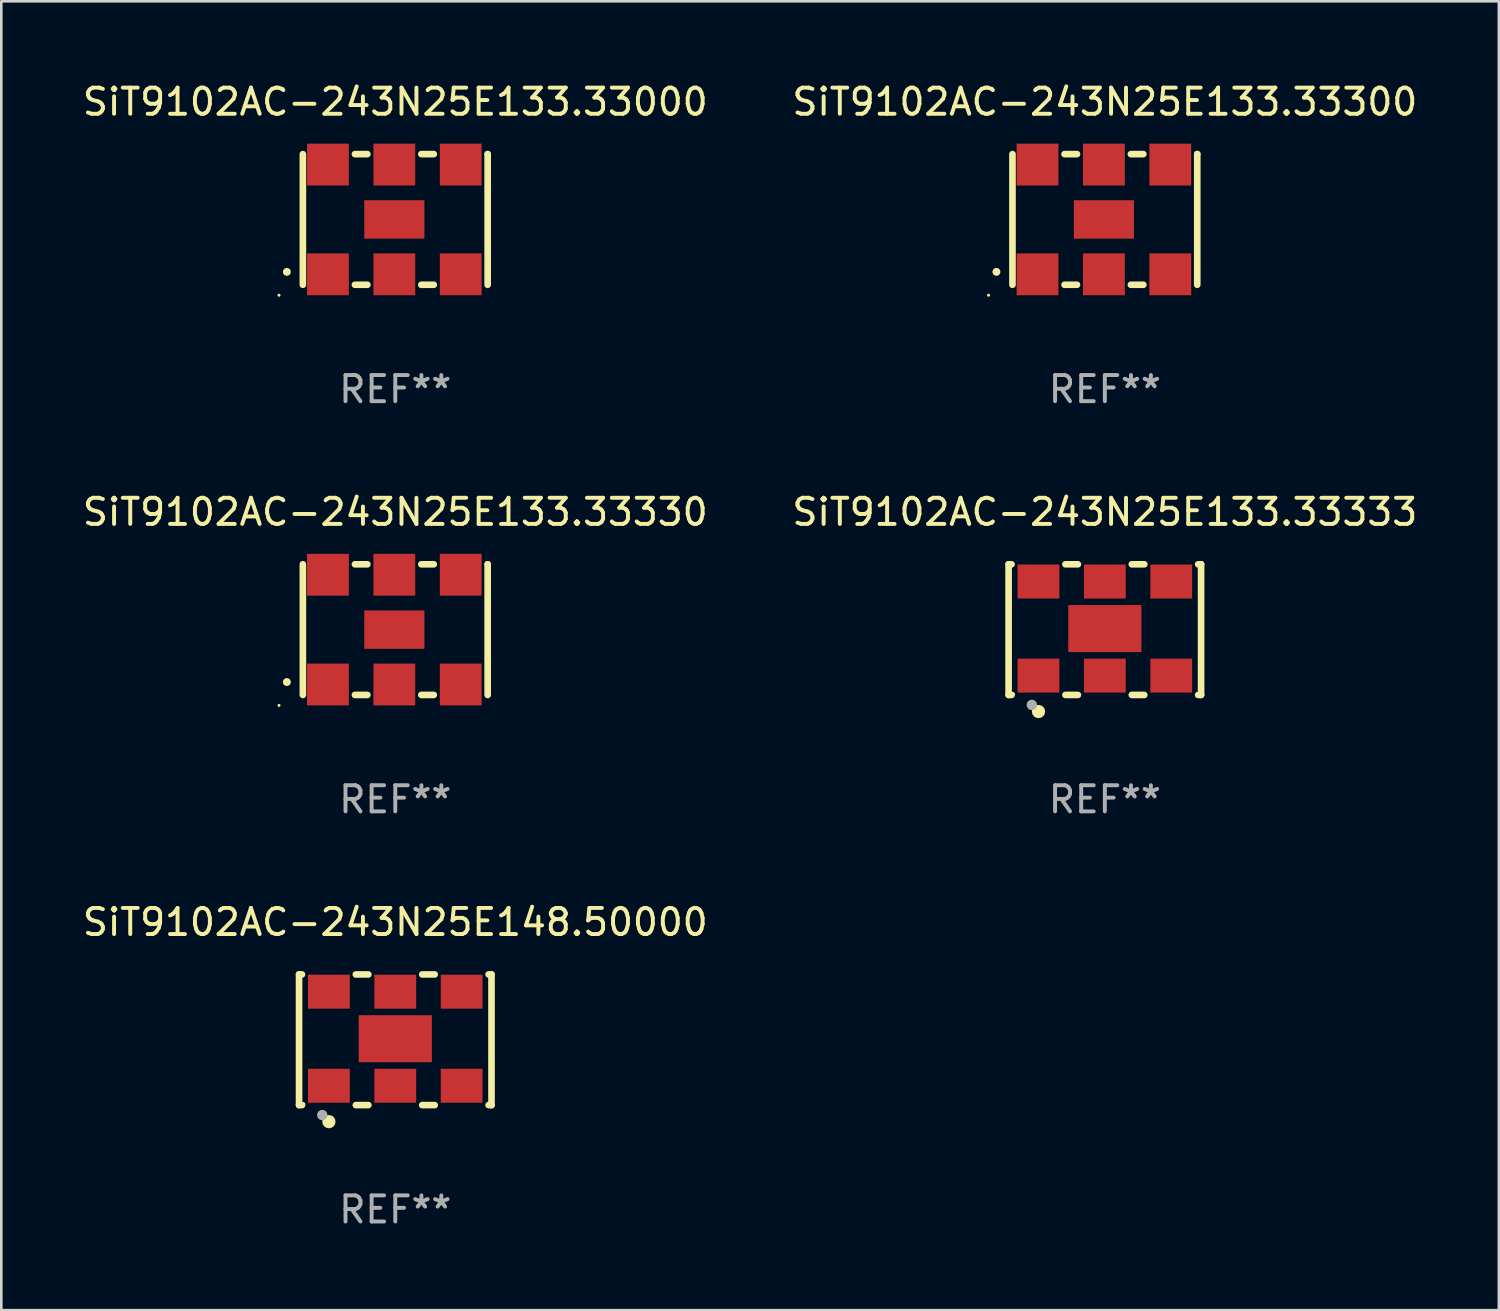
<source format=kicad_pcb>
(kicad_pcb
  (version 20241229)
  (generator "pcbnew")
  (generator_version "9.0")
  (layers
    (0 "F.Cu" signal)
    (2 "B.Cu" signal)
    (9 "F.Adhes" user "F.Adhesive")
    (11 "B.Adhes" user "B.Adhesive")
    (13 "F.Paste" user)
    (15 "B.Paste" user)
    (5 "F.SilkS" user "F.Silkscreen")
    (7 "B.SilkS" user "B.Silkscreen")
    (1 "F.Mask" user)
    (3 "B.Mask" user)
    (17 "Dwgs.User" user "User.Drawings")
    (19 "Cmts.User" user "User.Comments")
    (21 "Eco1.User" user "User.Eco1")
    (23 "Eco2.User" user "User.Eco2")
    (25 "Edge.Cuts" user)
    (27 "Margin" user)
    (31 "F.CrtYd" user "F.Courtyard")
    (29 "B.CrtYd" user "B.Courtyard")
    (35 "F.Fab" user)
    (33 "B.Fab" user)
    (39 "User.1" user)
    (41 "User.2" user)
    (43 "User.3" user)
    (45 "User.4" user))
  (footprint "SiT9102AC-243N25E133.33330"
    (layer "F.Cu")
    (at 12.077 21.045)
    (property "Reference" "SiT9102AC-243N25E133.33330" (at 0 -4.5 0) (layer "F.SilkS") (effects (font (size 1 1) (thickness 0.15))))
    (attr through_hole)
    (fp_line (start -3.536 -2.5) (end -3.536 2.5) (stroke (width 0.254) (type solid)) (layer "F.SilkS"))
    (fp_line (start -1.544 2.5) (end -1.067 2.5) (stroke (width 0.254) (type solid)) (layer "F.SilkS"))
    (fp_line (start -1.067 -2.5) (end -1.544 -2.5) (stroke (width 0.254) (type solid)) (layer "F.SilkS"))
    (fp_line (start 0.996 2.5) (end 1.473 2.5) (stroke (width 0.254) (type solid)) (layer "F.SilkS"))
    (fp_line (start 1.473 -2.5) (end 0.996 -2.5) (stroke (width 0.254) (type solid)) (layer "F.SilkS"))
    (fp_line (start 3.536 -2.5) (end 3.536 -2.5) (stroke (width 0.254) (type solid)) (layer "F.SilkS"))
    (fp_line (start 3.536 2.5) (end 3.536 -2.5) (stroke (width 0.254) (type solid)) (layer "F.SilkS"))
    (fp_arc (start -4.150432 2.006604) (mid -4.149162 2.006599) (end -4.147892 2.006604) (stroke (width 0.3) (type solid)) (layer "F.SilkS"))
    (fp_circle (center -4.449 2.9) (end -4.419 2.9) (stroke (width 0.06) (type solid)) (fill no) (layer "F.SilkS"))
    (fp_text user "REF**" (at 0 6.5 0) (layer "F.Fab") (effects (font (size 1 1) (thickness 0.15))))
    (pad "1" smd rect (at -2.576 2.1) (size 1.6 1.6) (layers "F.Cu" "F.Mask" "F.Paste"))
    (pad "2" smd rect (at -0.036 2.1) (size 1.6 1.6) (layers "F.Cu" "F.Mask" "F.Paste"))
    (pad "3" smd rect (at 2.504 2.1) (size 1.6 1.6) (layers "F.Cu" "F.Mask" "F.Paste"))
    (pad "4" smd rect (at 2.504 -2.1) (size 1.6 1.6) (layers "F.Cu" "F.Mask" "F.Paste"))
    (pad "5" smd rect (at -0.036 -2.1) (size 1.6 1.6) (layers "F.Cu" "F.Mask" "F.Paste"))
    (pad "6" smd rect (at -2.576 -2.1) (size 1.6 1.6) (layers "F.Cu" "F.Mask" "F.Paste"))
    (pad "7" smd rect (at -0.036 0) (size 2.3 1.47) (layers "F.Cu" "F.Mask" "F.Paste")))
  (footprint "SiT9102AC-243N25E133.33000"
    (layer "F.Cu")
    (at 12.077 5.348)
    (property "Reference" "SiT9102AC-243N25E133.33000" (at 0 -4.5 0) (layer "F.SilkS") (effects (font (size 1 1) (thickness 0.15))))
    (attr through_hole)
    (fp_line (start -3.536 -2.5) (end -3.536 2.5) (stroke (width 0.254) (type solid)) (layer "F.SilkS"))
    (fp_line (start -1.544 2.5) (end -1.067 2.5) (stroke (width 0.254) (type solid)) (layer "F.SilkS"))
    (fp_line (start -1.067 -2.5) (end -1.544 -2.5) (stroke (width 0.254) (type solid)) (layer "F.SilkS"))
    (fp_line (start 0.996 2.5) (end 1.473 2.5) (stroke (width 0.254) (type solid)) (layer "F.SilkS"))
    (fp_line (start 1.473 -2.5) (end 0.996 -2.5) (stroke (width 0.254) (type solid)) (layer "F.SilkS"))
    (fp_line (start 3.536 -2.5) (end 3.536 -2.5) (stroke (width 0.254) (type solid)) (layer "F.SilkS"))
    (fp_line (start 3.536 2.5) (end 3.536 -2.5) (stroke (width 0.254) (type solid)) (layer "F.SilkS"))
    (fp_arc (start -4.150432 2.006604) (mid -4.149162 2.006599) (end -4.147892 2.006604) (stroke (width 0.3) (type solid)) (layer "F.SilkS"))
    (fp_circle (center -4.449 2.9) (end -4.419 2.9) (stroke (width 0.06) (type solid)) (fill no) (layer "F.SilkS"))
    (fp_text user "REF**" (at 0 6.5 0) (layer "F.Fab") (effects (font (size 1 1) (thickness 0.15))))
    (pad "1" smd rect (at -2.576 2.1) (size 1.6 1.6) (layers "F.Cu" "F.Mask" "F.Paste"))
    (pad "2" smd rect (at -0.036 2.1) (size 1.6 1.6) (layers "F.Cu" "F.Mask" "F.Paste"))
    (pad "3" smd rect (at 2.504 2.1) (size 1.6 1.6) (layers "F.Cu" "F.Mask" "F.Paste"))
    (pad "4" smd rect (at 2.504 -2.1) (size 1.6 1.6) (layers "F.Cu" "F.Mask" "F.Paste"))
    (pad "5" smd rect (at -0.036 -2.1) (size 1.6 1.6) (layers "F.Cu" "F.Mask" "F.Paste"))
    (pad "6" smd rect (at -2.576 -2.1) (size 1.6 1.6) (layers "F.Cu" "F.Mask" "F.Paste"))
    (pad "7" smd rect (at -0.036 0) (size 2.3 1.47) (layers "F.Cu" "F.Mask" "F.Paste")))
  (footprint "SiT9102AC-243N25E148.50000"
    (layer "F.Cu")
    (at 12.077 36.741)
    (property "Reference" "SiT9102AC-243N25E148.50000" (at 0 -4.5 0) (layer "F.SilkS") (effects (font (size 1 1) (thickness 0.15))))
    (attr through_hole)
    (fp_line (start -3.683 -2.5) (end -3.571 -2.5) (stroke (width 0.254) (type solid)) (layer "F.SilkS"))
    (fp_line (start -3.683 2.5) (end -3.683 -2.5) (stroke (width 0.254) (type solid)) (layer "F.SilkS"))
    (fp_line (start -3.683 2.5) (end -3.571 2.5) (stroke (width 0.254) (type solid)) (layer "F.SilkS"))
    (fp_line (start -1.509 -2.5) (end -1.031 -2.5) (stroke (width 0.254) (type solid)) (layer "F.SilkS"))
    (fp_line (start -1.509 2.5) (end -1.031 2.5) (stroke (width 0.254) (type solid)) (layer "F.SilkS"))
    (fp_line (start 1.031 -2.5) (end 1.509 -2.5) (stroke (width 0.254) (type solid)) (layer "F.SilkS"))
    (fp_line (start 1.031 2.5) (end 1.509 2.5) (stroke (width 0.254) (type solid)) (layer "F.SilkS"))
    (fp_line (start 3.571 -2.5) (end 3.683 -2.5) (stroke (width 0.254) (type solid)) (layer "F.SilkS"))
    (fp_line (start 3.571 2.5) (end 3.683 2.5) (stroke (width 0.254) (type solid)) (layer "F.SilkS"))
    (fp_line (start 3.683 2.5) (end 3.683 -2.5) (stroke (width 0.254) (type solid)) (layer "F.SilkS"))
    (fp_circle (center -3.5 2.46) (end -3.47 2.46) (stroke (width 0.06) (type solid)) (fill no) (layer "F.SilkS"))
    (fp_circle (center -2.54 3.135) (end -2.413 3.135) (stroke (width 0.254) (type solid)) (fill no) (layer "F.SilkS"))
    (fp_circle (center -2.794 2.881) (end -2.694 2.881) (stroke (width 0.2) (type solid)) (fill no) (layer "F.Fab"))
    (fp_text user "REF**" (at 0 6.5 0) (layer "F.Fab") (effects (font (size 1 1) (thickness 0.15))))
    (pad "1" smd rect (at -2.54 1.76) (size 1.6 1.3) (layers "F.Cu" "F.Mask" "F.Paste"))
    (pad "2" smd rect (at 0 1.76) (size 1.6 1.3) (layers "F.Cu" "F.Mask" "F.Paste"))
    (pad "3" smd rect (at 2.54 1.76) (size 1.6 1.3) (layers "F.Cu" "F.Mask" "F.Paste"))
    (pad "4" smd rect (at 2.54 -1.84) (size 1.6 1.3) (layers "F.Cu" "F.Mask" "F.Paste"))
    (pad "5" smd rect (at 0 -1.84) (size 1.6 1.3) (layers "F.Cu" "F.Mask" "F.Paste"))
    (pad "6" smd rect (at -2.54 -1.84) (size 1.6 1.3) (layers "F.Cu" "F.Mask" "F.Paste"))
    (pad "7" smd rect (at 0 -0.04) (size 2.8 1.8) (layers "F.Cu" "F.Mask" "F.Paste")))
  (footprint "SiT9102AC-243N25E133.33333"
    (layer "F.Cu")
    (at 39.232 21.045)
    (property "Reference" "SiT9102AC-243N25E133.33333" (at 0 -4.5 0) (layer "F.SilkS") (effects (font (size 1 1) (thickness 0.15))))
    (attr through_hole)
    (fp_line (start -3.683 -2.5) (end -3.571 -2.5) (stroke (width 0.254) (type solid)) (layer "F.SilkS"))
    (fp_line (start -3.683 2.5) (end -3.683 -2.5) (stroke (width 0.254) (type solid)) (layer "F.SilkS"))
    (fp_line (start -3.683 2.5) (end -3.571 2.5) (stroke (width 0.254) (type solid)) (layer "F.SilkS"))
    (fp_line (start -1.509 -2.5) (end -1.031 -2.5) (stroke (width 0.254) (type solid)) (layer "F.SilkS"))
    (fp_line (start -1.509 2.5) (end -1.031 2.5) (stroke (width 0.254) (type solid)) (layer "F.SilkS"))
    (fp_line (start 1.031 -2.5) (end 1.509 -2.5) (stroke (width 0.254) (type solid)) (layer "F.SilkS"))
    (fp_line (start 1.031 2.5) (end 1.509 2.5) (stroke (width 0.254) (type solid)) (layer "F.SilkS"))
    (fp_line (start 3.571 -2.5) (end 3.683 -2.5) (stroke (width 0.254) (type solid)) (layer "F.SilkS"))
    (fp_line (start 3.571 2.5) (end 3.683 2.5) (stroke (width 0.254) (type solid)) (layer "F.SilkS"))
    (fp_line (start 3.683 2.5) (end 3.683 -2.5) (stroke (width 0.254) (type solid)) (layer "F.SilkS"))
    (fp_circle (center -3.5 2.46) (end -3.47 2.46) (stroke (width 0.06) (type solid)) (fill no) (layer "F.SilkS"))
    (fp_circle (center -2.54 3.135) (end -2.413 3.135) (stroke (width 0.254) (type solid)) (fill no) (layer "F.SilkS"))
    (fp_circle (center -2.794 2.881) (end -2.694 2.881) (stroke (width 0.2) (type solid)) (fill no) (layer "F.Fab"))
    (fp_text user "REF**" (at 0 6.5 0) (layer "F.Fab") (effects (font (size 1 1) (thickness 0.15))))
    (pad "1" smd rect (at -2.54 1.76) (size 1.6 1.3) (layers "F.Cu" "F.Mask" "F.Paste"))
    (pad "2" smd rect (at 0 1.76) (size 1.6 1.3) (layers "F.Cu" "F.Mask" "F.Paste"))
    (pad "3" smd rect (at 2.54 1.76) (size 1.6 1.3) (layers "F.Cu" "F.Mask" "F.Paste"))
    (pad "4" smd rect (at 2.54 -1.84) (size 1.6 1.3) (layers "F.Cu" "F.Mask" "F.Paste"))
    (pad "5" smd rect (at 0 -1.84) (size 1.6 1.3) (layers "F.Cu" "F.Mask" "F.Paste"))
    (pad "6" smd rect (at -2.54 -1.84) (size 1.6 1.3) (layers "F.Cu" "F.Mask" "F.Paste"))
    (pad "7" smd rect (at 0 -0.04) (size 2.8 1.8) (layers "F.Cu" "F.Mask" "F.Paste")))
  (footprint "SiT9102AC-243N25E133.33300"
    (layer "F.Cu")
    (at 39.232 5.348)
    (property "Reference" "SiT9102AC-243N25E133.33300" (at 0 -4.5 0) (layer "F.SilkS") (effects (font (size 1 1) (thickness 0.15))))
    (attr through_hole)
    (fp_line (start -3.536 -2.5) (end -3.536 2.5) (stroke (width 0.254) (type solid)) (layer "F.SilkS"))
    (fp_line (start -1.544 2.5) (end -1.067 2.5) (stroke (width 0.254) (type solid)) (layer "F.SilkS"))
    (fp_line (start -1.067 -2.5) (end -1.544 -2.5) (stroke (width 0.254) (type solid)) (layer "F.SilkS"))
    (fp_line (start 0.996 2.5) (end 1.473 2.5) (stroke (width 0.254) (type solid)) (layer "F.SilkS"))
    (fp_line (start 1.473 -2.5) (end 0.996 -2.5) (stroke (width 0.254) (type solid)) (layer "F.SilkS"))
    (fp_line (start 3.536 -2.5) (end 3.536 -2.5) (stroke (width 0.254) (type solid)) (layer "F.SilkS"))
    (fp_line (start 3.536 2.5) (end 3.536 -2.5) (stroke (width 0.254) (type solid)) (layer "F.SilkS"))
    (fp_arc (start -4.150432 2.006604) (mid -4.149162 2.006599) (end -4.147892 2.006604) (stroke (width 0.3) (type solid)) (layer "F.SilkS"))
    (fp_circle (center -4.449 2.9) (end -4.419 2.9) (stroke (width 0.06) (type solid)) (fill no) (layer "F.SilkS"))
    (fp_text user "REF**" (at 0 6.5 0) (layer "F.Fab") (effects (font (size 1 1) (thickness 0.15))))
    (pad "1" smd rect (at -2.576 2.1) (size 1.6 1.6) (layers "F.Cu" "F.Mask" "F.Paste"))
    (pad "2" smd rect (at -0.036 2.1) (size 1.6 1.6) (layers "F.Cu" "F.Mask" "F.Paste"))
    (pad "3" smd rect (at 2.504 2.1) (size 1.6 1.6) (layers "F.Cu" "F.Mask" "F.Paste"))
    (pad "4" smd rect (at 2.504 -2.1) (size 1.6 1.6) (layers "F.Cu" "F.Mask" "F.Paste"))
    (pad "5" smd rect (at -0.036 -2.1) (size 1.6 1.6) (layers "F.Cu" "F.Mask" "F.Paste"))
    (pad "6" smd rect (at -2.576 -2.1) (size 1.6 1.6) (layers "F.Cu" "F.Mask" "F.Paste"))
    (pad "7" smd rect (at -0.036 0) (size 2.3 1.47) (layers "F.Cu" "F.Mask" "F.Paste")))
  (gr_rect
    (start -3 -3)
    (end 54.31 47.09)
    (stroke (width 0.1) (type default))
    (fill no)
    (layer "Edge.Cuts")))
</source>
